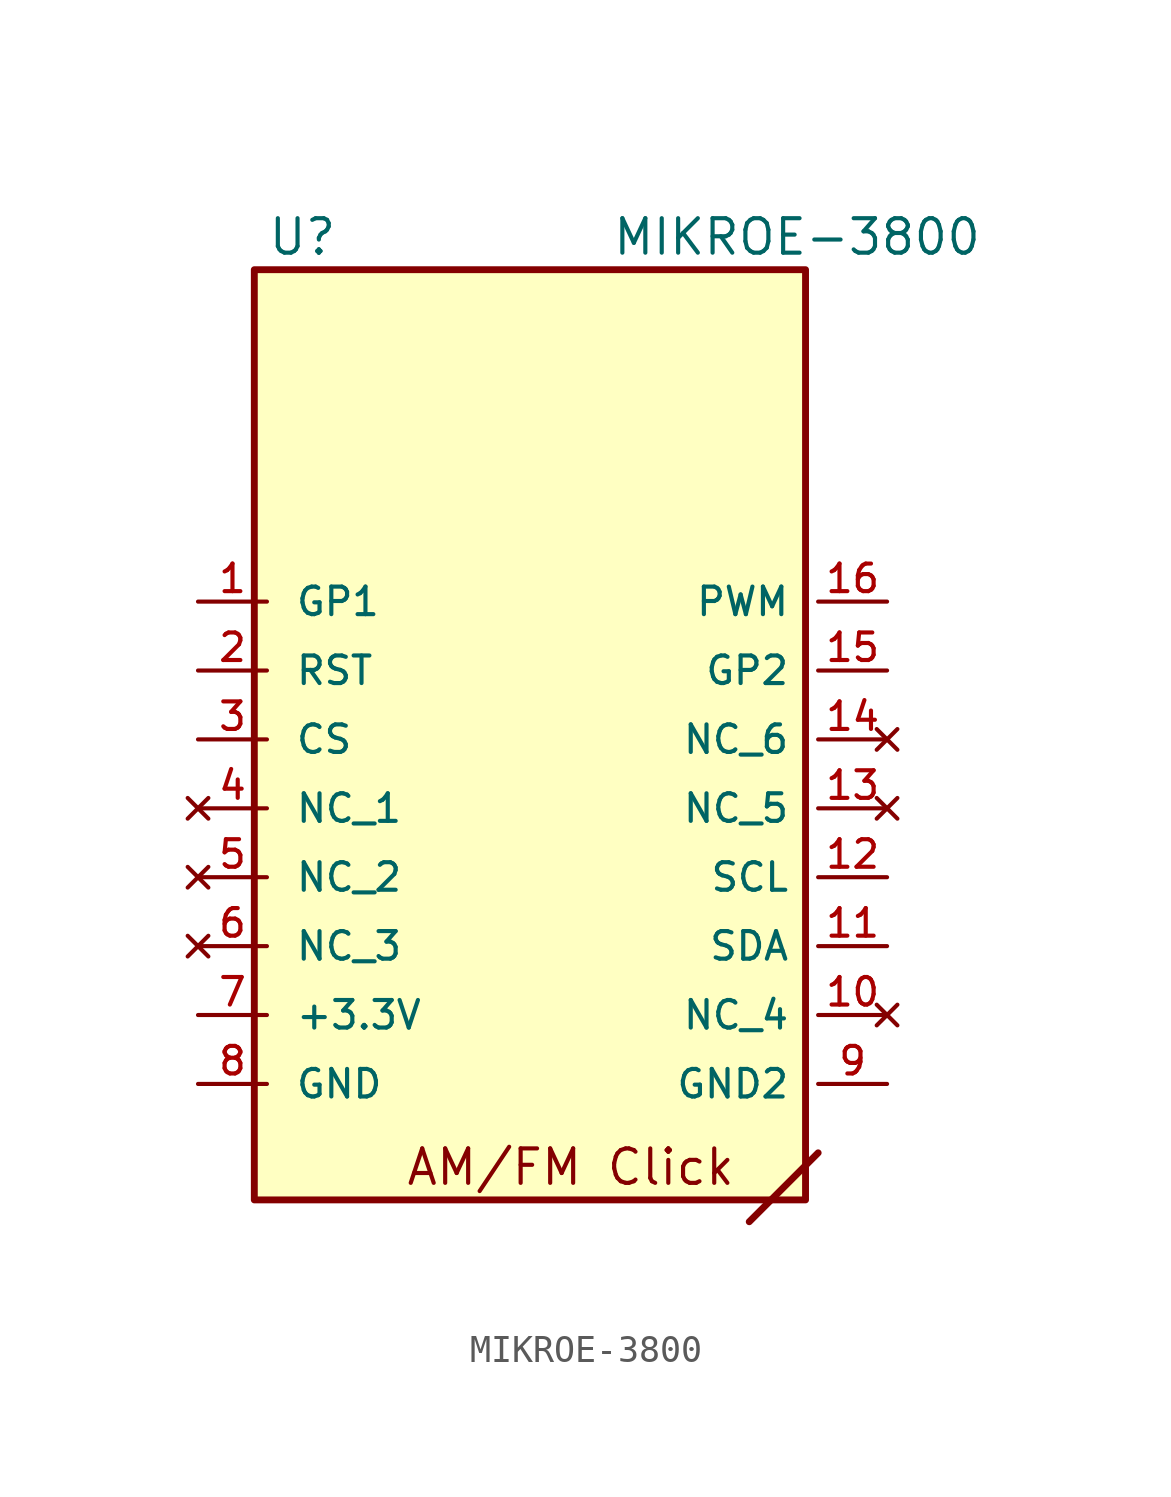
<source format=kicad_sym>
(kicad_symbol_lib
  (version 20211014)
  (generator kicad_symbol_editor)
  (symbol "MIKROE-3800"
    (pin_names
      (offset 1.016))
    (property "Reference" "U"
      (at -10.16 22.86 0)
      (effects (font (size 1.27 1.27)) (justify bottom left)))
    (property "Value" "MIKROE-3800"
      (at 2.54 22.86 0)
      (effects (font (size 1.27 1.27)) (justify bottom left)))
    (symbol "MIKROE-3800_0_0"
      (polyline (pts (xy 7.62 -12.7) (xy 10.16 -10.16)) (stroke (width 0.254)))
      (text "AM/FM Click" (at -5.08 -11.43 0) (effects (font (size 1.27 1.27)) (justify bottom left)))
      (rectangle (start -10.625 -11.895) (end 9.695 22.395) (stroke (width 0.254)) (fill (type background)))
      (pin no_connect line (at -12.7 -2.54 0) (length 2.54) (name "NC_3" (effects (font (size 1.016 1.016)))) (number "6" (effects (font (size 1.016 1.016)))))
      (pin no_connect line (at -12.7 0.0 0) (length 2.54) (name "NC_2" (effects (font (size 1.016 1.016)))) (number "5" (effects (font (size 1.016 1.016)))))
      (pin power_in line (at -12.7 -5.08 0) (length 2.54) (name "+3.3V" (effects (font (size 1.016 1.016)))) (number "7" (effects (font (size 1.016 1.016)))))
      (pin power_in line (at -12.7 -7.62 0) (length 2.54) (name "GND" (effects (font (size 1.016 1.016)))) (number "8" (effects (font (size 1.016 1.016)))))
      (pin no_connect line (at -12.7 2.54 0) (length 2.54) (name "NC_1" (effects (font (size 1.016 1.016)))) (number "4" (effects (font (size 1.016 1.016)))))
      (pin input line (at -12.7 5.08 0) (length 2.54) (name "CS" (effects (font (size 1.016 1.016)))) (number "3" (effects (font (size 1.016 1.016)))))
      (pin input line (at -12.7 7.62 0) (length 2.54) (name "RST" (effects (font (size 1.016 1.016)))) (number "2" (effects (font (size 1.016 1.016)))))
      (pin output line (at -12.7 10.16 0) (length 2.54) (name "GP1" (effects (font (size 1.016 1.016)))) (number "1" (effects (font (size 1.016 1.016)))))
      (pin input line (at 12.7 10.16 180.0) (length 2.54) (name "PWM" (effects (font (size 1.016 1.016)))) (number "16" (effects (font (size 1.016 1.016)))))
      (pin output line (at 12.7 7.62 180.0) (length 2.54) (name "GP2" (effects (font (size 1.016 1.016)))) (number "15" (effects (font (size 1.016 1.016)))))
      (pin no_connect line (at 12.7 5.08 180.0) (length 2.54) (name "NC_6" (effects (font (size 1.016 1.016)))) (number "14" (effects (font (size 1.016 1.016)))))
      (pin no_connect line (at 12.7 2.54 180.0) (length 2.54) (name "NC_5" (effects (font (size 1.016 1.016)))) (number "13" (effects (font (size 1.016 1.016)))))
      (pin input line (at 12.7 0.0 180.0) (length 2.54) (name "SCL" (effects (font (size 1.016 1.016)))) (number "12" (effects (font (size 1.016 1.016)))))
      (pin bidirectional line (at 12.7 -2.54 180.0) (length 2.54) (name "SDA" (effects (font (size 1.016 1.016)))) (number "11" (effects (font (size 1.016 1.016)))))
      (pin no_connect line (at 12.7 -5.08 180.0) (length 2.54) (name "NC_4" (effects (font (size 1.016 1.016)))) (number "10" (effects (font (size 1.016 1.016)))))
      (pin power_in line (at 12.7 -7.62 180.0) (length 2.54) (name "GND2" (effects (font (size 1.016 1.016)))) (number "9" (effects (font (size 1.016 1.016))))))))
</source>
